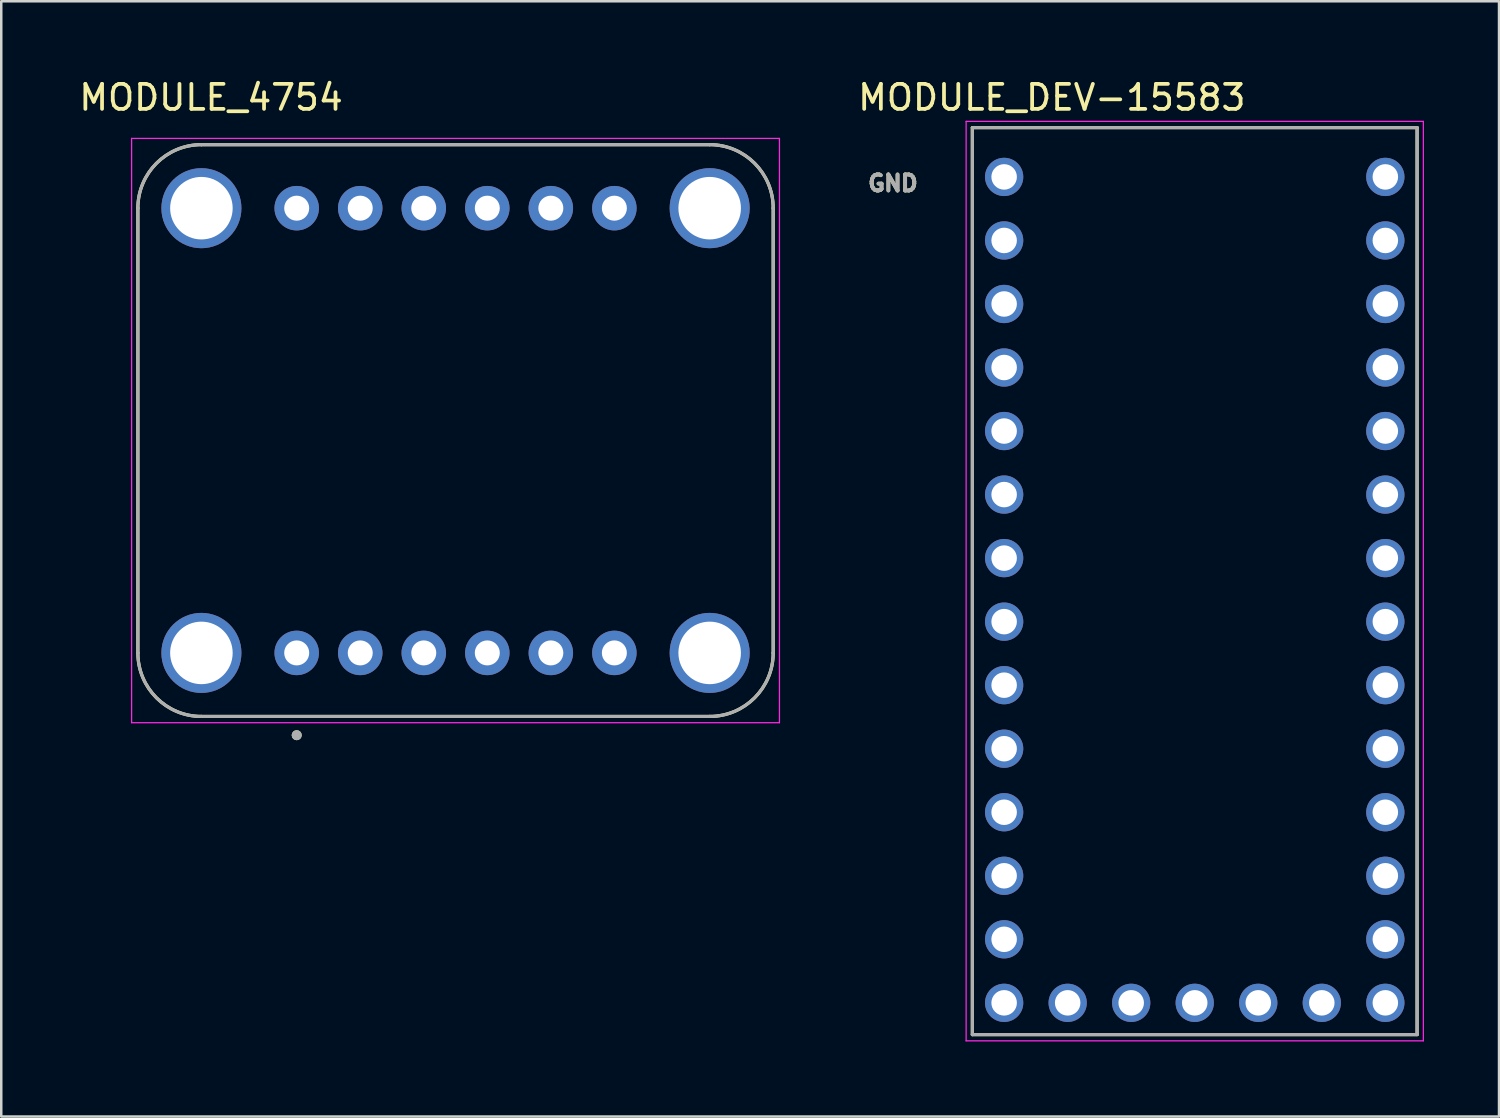
<source format=kicad_pcb>
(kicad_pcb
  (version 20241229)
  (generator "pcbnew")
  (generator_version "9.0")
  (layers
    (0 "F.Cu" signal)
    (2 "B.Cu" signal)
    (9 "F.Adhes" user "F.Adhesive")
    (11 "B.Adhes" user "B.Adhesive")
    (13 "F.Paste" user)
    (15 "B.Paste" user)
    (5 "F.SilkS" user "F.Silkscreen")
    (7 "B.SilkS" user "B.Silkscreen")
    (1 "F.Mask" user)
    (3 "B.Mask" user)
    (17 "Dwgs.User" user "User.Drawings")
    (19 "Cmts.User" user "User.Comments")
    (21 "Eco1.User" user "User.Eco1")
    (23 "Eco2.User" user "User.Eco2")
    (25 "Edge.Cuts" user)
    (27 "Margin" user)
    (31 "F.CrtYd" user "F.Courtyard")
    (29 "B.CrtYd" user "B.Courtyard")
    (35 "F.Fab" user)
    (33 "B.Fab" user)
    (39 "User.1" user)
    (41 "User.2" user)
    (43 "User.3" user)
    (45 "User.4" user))
  (footprint "MODULE_DEV-15583"
    (layer "F.Cu")
    (at 44.715 20.533)
    (property "Reference" "MODULE_DEV-15583" (at -5.715 -19.685 0) (layer "F.SilkS") (effects (font (size 1 1) (thickness 0.15))))
    (attr through_hole)
    (fp_line (start -8.89 -18.48) (end 8.89 -18.48) (stroke (width 0.127) (type solid)) (layer "F.SilkS"))
    (fp_line (start -8.89 17.78) (end -8.89 -18.48) (stroke (width 0.127) (type solid)) (layer "F.SilkS"))
    (fp_line (start 8.89 -18.48) (end 8.89 17.78) (stroke (width 0.127) (type solid)) (layer "F.SilkS"))
    (fp_line (start 8.89 17.78) (end -8.89 17.78) (stroke (width 0.127) (type solid)) (layer "F.SilkS"))
    (fp_line (start -9.14 -18.73) (end 9.14 -18.73) (stroke (width 0.05) (type solid)) (layer "F.CrtYd"))
    (fp_line (start -9.14 18.03) (end -9.14 -18.73) (stroke (width 0.05) (type solid)) (layer "F.CrtYd"))
    (fp_line (start 9.14 -18.73) (end 9.14 18.03) (stroke (width 0.05) (type solid)) (layer "F.CrtYd"))
    (fp_line (start 9.14 18.03) (end -9.14 18.03) (stroke (width 0.05) (type solid)) (layer "F.CrtYd"))
    (fp_line (start -8.89 -18.48) (end 8.89 -18.48) (stroke (width 0.127) (type solid)) (layer "F.Fab"))
    (fp_line (start -8.89 17.78) (end -8.89 -18.48) (stroke (width 0.127) (type solid)) (layer "F.Fab"))
    (fp_line (start 8.89 -18.48) (end 8.89 17.78) (stroke (width 0.127) (type solid)) (layer "F.Fab"))
    (fp_line (start 8.89 17.78) (end -8.89 17.78) (stroke (width 0.127) (type solid)) (layer "F.Fab"))
    (fp_text user "GND" (at -12.065 -16.256 0) (layer "F.SilkS") (effects (font (size 0.64 0.64) (thickness 0.15))))
    (fp_text user "GND" (at -12.065 -16.256 0) (layer "F.Fab") (effects (font (size 0.64 0.64) (thickness 0.15))))
    (pad "0" thru_hole circle (at -7.62 -13.97) (size 1.53 1.53) (drill 1.02) (layers "*.Cu" "*.Mask"))
    (pad "1" thru_hole circle (at -7.62 -11.43) (size 1.53 1.53) (drill 1.02) (layers "*.Cu" "*.Mask"))
    (pad "2" thru_hole circle (at -7.62 -8.89) (size 1.53 1.53) (drill 1.02) (layers "*.Cu" "*.Mask"))
    (pad "3" thru_hole circle (at -7.62 -6.35) (size 1.53 1.53) (drill 1.02) (layers "*.Cu" "*.Mask"))
    (pad "3.3V_1" thru_hole circle (at -2.54 16.51) (size 1.53 1.53) (drill 1.02) (layers "*.Cu" "*.Mask"))
    (pad "3.3V_2" thru_hole circle (at 7.62 -11.43) (size 1.53 1.53) (drill 1.02) (layers "*.Cu" "*.Mask"))
    (pad "4" thru_hole circle (at -7.62 -3.81) (size 1.53 1.53) (drill 1.02) (layers "*.Cu" "*.Mask"))
    (pad "5" thru_hole circle (at -7.62 -1.27) (size 1.53 1.53) (drill 1.02) (layers "*.Cu" "*.Mask"))
    (pad "6" thru_hole circle (at -7.62 1.27) (size 1.53 1.53) (drill 1.02) (layers "*.Cu" "*.Mask"))
    (pad "7" thru_hole circle (at -7.62 3.81) (size 1.53 1.53) (drill 1.02) (layers "*.Cu" "*.Mask"))
    (pad "8" thru_hole circle (at -7.62 6.35) (size 1.53 1.53) (drill 1.02) (layers "*.Cu" "*.Mask"))
    (pad "9" thru_hole circle (at -7.62 8.89) (size 1.53 1.53) (drill 1.02) (layers "*.Cu" "*.Mask"))
    (pad "10" thru_hole circle (at -7.62 11.43) (size 1.53 1.53) (drill 1.02) (layers "*.Cu" "*.Mask"))
    (pad "11" thru_hole circle (at -7.62 13.97) (size 1.53 1.53) (drill 1.02) (layers "*.Cu" "*.Mask"))
    (pad "12" thru_hole circle (at -7.62 16.51) (size 1.53 1.53) (drill 1.02) (layers "*.Cu" "*.Mask"))
    (pad "13" thru_hole circle (at 7.62 16.51) (size 1.53 1.53) (drill 1.02) (layers "*.Cu" "*.Mask"))
    (pad "14" thru_hole circle (at 7.62 13.97) (size 1.53 1.53) (drill 1.02) (layers "*.Cu" "*.Mask"))
    (pad "15" thru_hole circle (at 7.62 11.43) (size 1.53 1.53) (drill 1.02) (layers "*.Cu" "*.Mask"))
    (pad "16" thru_hole circle (at 7.62 8.89) (size 1.53 1.53) (drill 1.02) (layers "*.Cu" "*.Mask"))
    (pad "17" thru_hole circle (at 7.62 6.35) (size 1.53 1.53) (drill 1.02) (layers "*.Cu" "*.Mask"))
    (pad "18" thru_hole circle (at 7.62 3.81) (size 1.53 1.53) (drill 1.02) (layers "*.Cu" "*.Mask"))
    (pad "19" thru_hole circle (at 7.62 1.27) (size 1.53 1.53) (drill 1.02) (layers "*.Cu" "*.Mask"))
    (pad "20" thru_hole circle (at 7.62 -1.27) (size 1.53 1.53) (drill 1.02) (layers "*.Cu" "*.Mask"))
    (pad "21" thru_hole circle (at 7.62 -3.81) (size 1.53 1.53) (drill 1.02) (layers "*.Cu" "*.Mask"))
    (pad "22" thru_hole circle (at 7.62 -6.35) (size 1.53 1.53) (drill 1.02) (layers "*.Cu" "*.Mask"))
    (pad "23" thru_hole circle (at 7.62 -8.89) (size 1.53 1.53) (drill 1.02) (layers "*.Cu" "*.Mask"))
    (pad "G1" thru_hole circle (at -7.62 -16.51) (size 1.53 1.53) (drill 1.02) (layers "*.Cu" "*.Mask"))
    (pad "G2" thru_hole circle (at 0 16.51) (size 1.53 1.53) (drill 1.02) (layers "*.Cu" "*.Mask"))
    (pad "G3" thru_hole circle (at 7.62 -13.97) (size 1.53 1.53) (drill 1.02) (layers "*.Cu" "*.Mask"))
    (pad "ON-OFF" thru_hole circle (at 5.08 16.51) (size 1.53 1.53) (drill 1.02) (layers "*.Cu" "*.Mask"))
    (pad "PGM" thru_hole circle (at 2.54 16.51) (size 1.53 1.53) (drill 1.02) (layers "*.Cu" "*.Mask"))
    (pad "VBAT" thru_hole circle (at -5.08 16.51) (size 1.53 1.53) (drill 1.02) (layers "*.Cu" "*.Mask"))
    (pad "VIN" thru_hole circle (at 7.62 -16.51) (size 1.53 1.53) (drill 1.02) (layers "*.Cu" "*.Mask")))
  (footprint "MODULE_4754"
    (layer "F.Cu")
    (at 15.162 14.163)
    (property "Reference" "MODULE_4754" (at -9.775 -13.315 0) (layer "F.SilkS") (effects (font (size 1 1) (thickness 0.15))))
    (attr through_hole)
    (fp_line (start -12.7 -8.89) (end -12.7 8.89) (stroke (width 0.127) (type solid)) (layer "F.SilkS"))
    (fp_line (start -10.16 11.43) (end 10.16 11.43) (stroke (width 0.127) (type solid)) (layer "F.SilkS"))
    (fp_line (start 10.16 -11.43) (end -10.16 -11.43) (stroke (width 0.127) (type solid)) (layer "F.SilkS"))
    (fp_line (start 12.7 8.89) (end 12.7 -8.89) (stroke (width 0.127) (type solid)) (layer "F.SilkS"))
    (fp_arc (start -12.7 -8.89) (mid -11.956051 -10.686051) (end -10.16 -11.43) (stroke (width 0.127) (type solid)) (layer "F.SilkS"))
    (fp_arc (start -10.16 11.43) (mid -11.956051 10.686051) (end -12.7 8.89) (stroke (width 0.127) (type solid)) (layer "F.SilkS"))
    (fp_arc (start 10.16 -11.43) (mid 11.956051 -10.686051) (end 12.7 -8.89) (stroke (width 0.127) (type solid)) (layer "F.SilkS"))
    (fp_arc (start 12.7 8.89) (mid 11.956051 10.686051) (end 10.16 11.43) (stroke (width 0.127) (type solid)) (layer "F.SilkS"))
    (fp_circle (center -6.35 12.18) (end -6.25 12.18) (stroke (width 0.2) (type solid)) (fill no) (layer "F.SilkS"))
    (fp_line (start -12.95 -11.68) (end -12.95 11.68) (stroke (width 0.05) (type solid)) (layer "F.CrtYd"))
    (fp_line (start -12.95 11.68) (end 12.95 11.68) (stroke (width 0.05) (type solid)) (layer "F.CrtYd"))
    (fp_line (start 12.95 -11.68) (end -12.95 -11.68) (stroke (width 0.05) (type solid)) (layer "F.CrtYd"))
    (fp_line (start 12.95 11.68) (end 12.95 -11.68) (stroke (width 0.05) (type solid)) (layer "F.CrtYd"))
    (fp_line (start -12.7 -8.89) (end -12.7 8.89) (stroke (width 0.127) (type solid)) (layer "F.Fab"))
    (fp_line (start -10.16 11.43) (end 10.16 11.43) (stroke (width 0.127) (type solid)) (layer "F.Fab"))
    (fp_line (start 10.16 -11.43) (end -10.16 -11.43) (stroke (width 0.127) (type solid)) (layer "F.Fab"))
    (fp_line (start 12.7 8.89) (end 12.7 -8.89) (stroke (width 0.127) (type solid)) (layer "F.Fab"))
    (fp_arc (start -12.7 -8.89) (mid -11.956051 -10.686051) (end -10.16 -11.43) (stroke (width 0.127) (type solid)) (layer "F.Fab"))
    (fp_arc (start -10.16 11.43) (mid -11.956051 10.686051) (end -12.7 8.89) (stroke (width 0.127) (type solid)) (layer "F.Fab"))
    (fp_arc (start 10.16 -11.43) (mid 11.956051 -10.686051) (end 12.7 -8.89) (stroke (width 0.127) (type solid)) (layer "F.Fab"))
    (fp_arc (start 12.7 8.89) (mid 11.956051 10.686051) (end 10.16 11.43) (stroke (width 0.127) (type solid)) (layer "F.Fab"))
    (fp_circle (center -6.35 12.18) (end -6.25 12.18) (stroke (width 0.2) (type solid)) (fill no) (layer "F.Fab"))
    (pad "JP1_1" thru_hole circle (at -6.35 8.89) (size 1.778 1.778) (drill 1) (layers "*.Cu" "*.Mask"))
    (pad "JP1_2" thru_hole circle (at -3.81 8.89) (size 1.778 1.778) (drill 1) (layers "*.Cu" "*.Mask"))
    (pad "JP1_3" thru_hole circle (at -1.27 8.89) (size 1.778 1.778) (drill 1) (layers "*.Cu" "*.Mask"))
    (pad "JP1_4" thru_hole circle (at 1.27 8.89) (size 1.778 1.778) (drill 1) (layers "*.Cu" "*.Mask"))
    (pad "JP1_5" thru_hole circle (at 3.81 8.89) (size 1.778 1.778) (drill 1) (layers "*.Cu" "*.Mask"))
    (pad "JP1_6" thru_hole circle (at 6.35 8.89) (size 1.778 1.778) (drill 1) (layers "*.Cu" "*.Mask"))
    (pad "JP2_1" thru_hole circle (at -6.35 -8.89) (size 1.778 1.778) (drill 1) (layers "*.Cu" "*.Mask"))
    (pad "JP2_2" thru_hole circle (at -3.81 -8.89) (size 1.778 1.778) (drill 1) (layers "*.Cu" "*.Mask"))
    (pad "JP2_3" thru_hole circle (at -1.27 -8.89) (size 1.778 1.778) (drill 1) (layers "*.Cu" "*.Mask"))
    (pad "JP2_4" thru_hole circle (at 1.27 -8.89) (size 1.778 1.778) (drill 1) (layers "*.Cu" "*.Mask"))
    (pad "JP2_5" thru_hole circle (at 3.81 -8.89) (size 1.778 1.778) (drill 1) (layers "*.Cu" "*.Mask"))
    (pad "JP2_6" thru_hole circle (at 6.35 -8.89) (size 1.778 1.778) (drill 1) (layers "*.Cu" "*.Mask"))
    (pad "P1" thru_hole circle (at -10.16 -8.89) (size 3.2 3.2) (drill 2.5) (layers "*.Cu" "*.Mask"))
    (pad "P2" thru_hole circle (at 10.16 -8.89) (size 3.2 3.2) (drill 2.5) (layers "*.Cu" "*.Mask"))
    (pad "P3" thru_hole circle (at -10.16 8.89) (size 3.2 3.2) (drill 2.5) (layers "*.Cu" "*.Mask"))
    (pad "P4" thru_hole circle (at 10.16 8.89) (size 3.2 3.2) (drill 2.5) (layers "*.Cu" "*.Mask")))
  (gr_rect
    (start -3 -3)
    (end 56.88 41.588)
    (stroke (width 0.1) (type default))
    (fill no)
    (layer "Edge.Cuts")))
</source>
